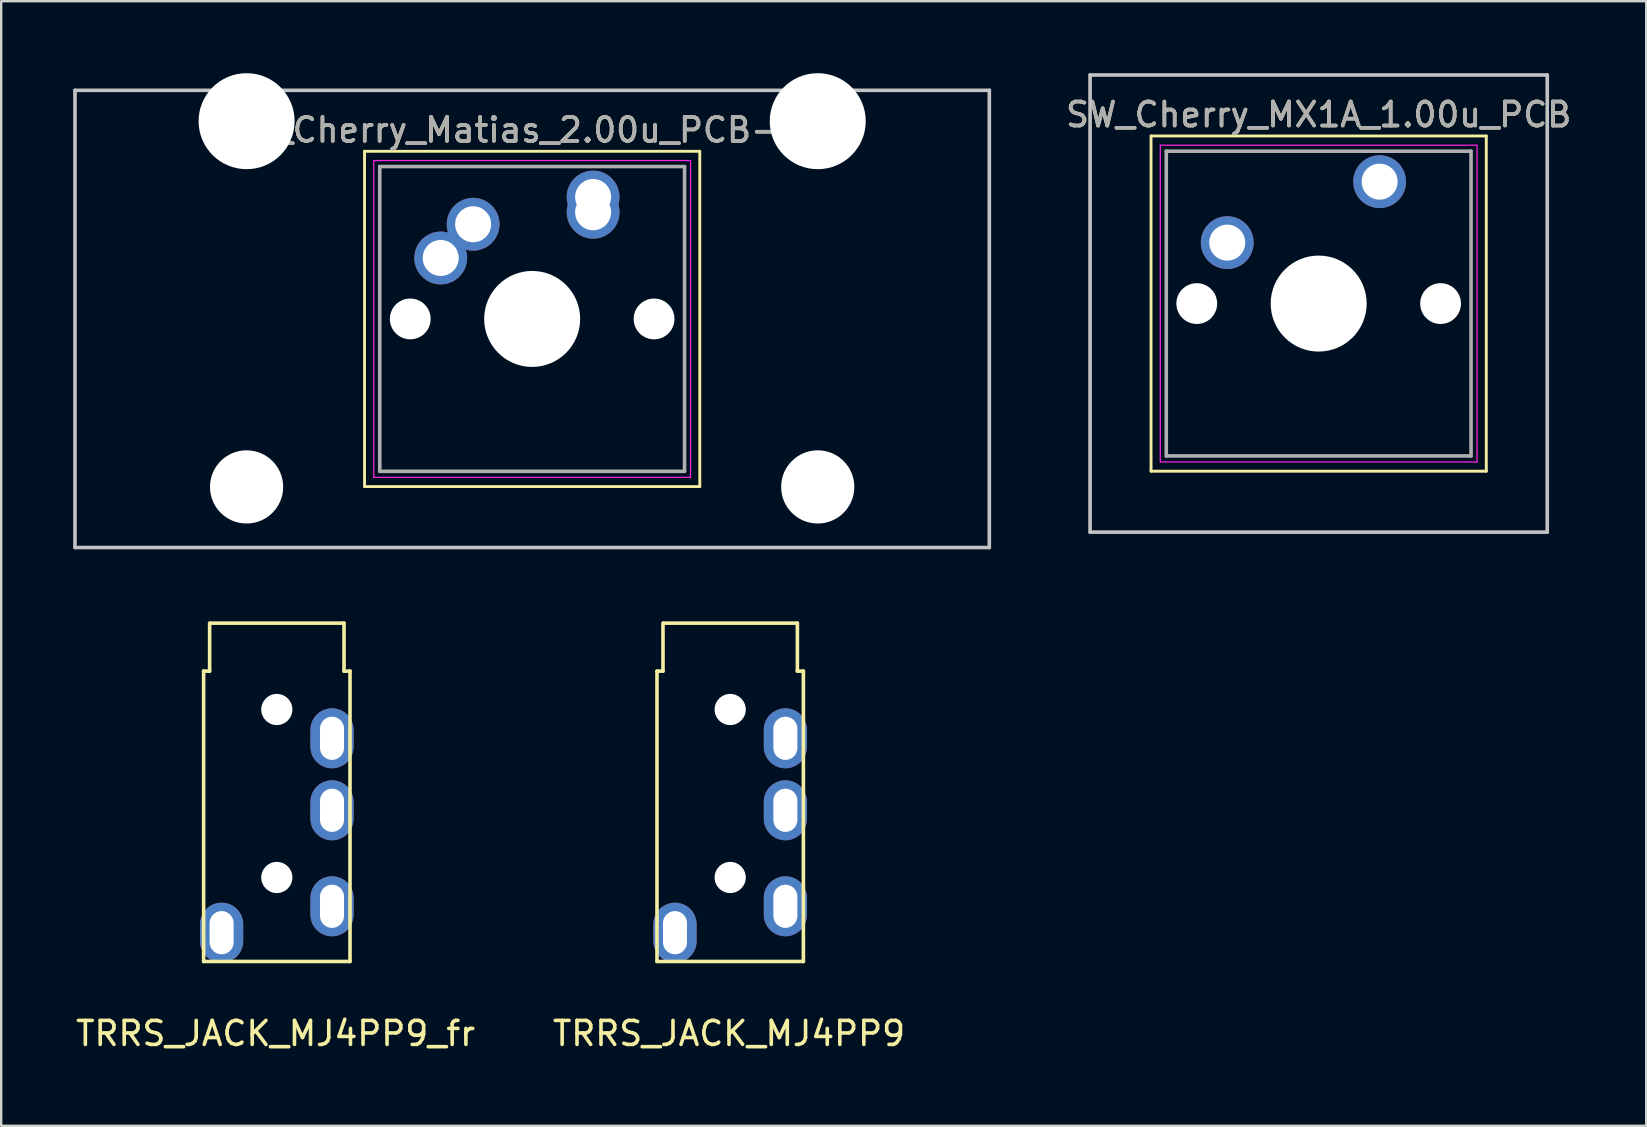
<source format=kicad_pcb>
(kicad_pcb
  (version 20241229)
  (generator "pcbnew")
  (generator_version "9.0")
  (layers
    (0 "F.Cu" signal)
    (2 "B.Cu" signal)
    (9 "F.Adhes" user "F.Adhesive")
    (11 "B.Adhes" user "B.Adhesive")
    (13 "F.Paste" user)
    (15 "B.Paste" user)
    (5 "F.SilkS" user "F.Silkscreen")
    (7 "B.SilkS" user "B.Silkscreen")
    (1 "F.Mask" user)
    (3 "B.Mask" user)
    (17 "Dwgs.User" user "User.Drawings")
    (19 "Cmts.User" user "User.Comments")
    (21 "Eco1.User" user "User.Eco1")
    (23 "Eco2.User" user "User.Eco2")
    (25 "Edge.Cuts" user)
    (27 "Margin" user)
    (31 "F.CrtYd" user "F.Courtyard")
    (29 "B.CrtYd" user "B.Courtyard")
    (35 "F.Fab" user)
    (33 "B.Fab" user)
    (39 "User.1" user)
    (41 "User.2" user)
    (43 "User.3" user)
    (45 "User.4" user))
  (footprint "TRRS_JACK_MJ4PP9"
    (layer "F.Cu")
    (at 27.427 36.915)
    (property "Reference" "TRRS_JACK_MJ4PP9" (at -0.1 3.1 0) (layer "F.SilkS") (effects (font (size 1 1) (thickness 0.15))))
    (attr through_hole)
    (fp_line (start -3.1 -12) (end -2.85 -12) (stroke (width 0.15) (type solid)) (layer "F.SilkS"))
    (fp_line (start -3.1 0.1) (end -3.1 -12) (stroke (width 0.15) (type solid)) (layer "F.SilkS"))
    (fp_line (start -2.85 -12) (end -2.85 -14) (stroke (width 0.15) (type solid)) (layer "F.SilkS"))
    (fp_line (start -2.8 -14) (end 2.75 -14) (stroke (width 0.15) (type solid)) (layer "F.SilkS"))
    (fp_line (start 2.75 -12) (end 2.75 -14) (stroke (width 0.15) (type solid)) (layer "F.SilkS"))
    (fp_line (start 3 -12) (end 2.75 -12) (stroke (width 0.15) (type solid)) (layer "F.SilkS"))
    (fp_line (start 3 0.1) (end -3.1 0.1) (stroke (width 0.15) (type solid)) (layer "F.SilkS"))
    (fp_line (start 3 0.1) (end 3 -12) (stroke (width 0.15) (type solid)) (layer "F.SilkS"))
    (pad "" np_thru_hole circle (at -0.05 -10.4) (size 1.3 1.3) (drill 1.3) (layers "*.Cu" "*.Mask"))
    (pad "" np_thru_hole circle (at -0.05 -3.4) (size 1.3 1.3) (drill 1.3) (layers "*.Cu" "*.Mask"))
    (pad "1" thru_hole oval (at 2.25 -2.2) (size 1.8 2.5) (drill oval 1 1.8) (layers "*.Cu" "*.Mask"))
    (pad "2" thru_hole oval (at 2.25 -6.2) (size 1.8 2.5) (drill oval 1 1.8) (layers "*.Cu" "*.Mask"))
    (pad "3" thru_hole oval (at 2.25 -9.2) (size 1.8 2.5) (drill oval 1 1.8) (layers "*.Cu" "*.Mask"))
    (pad "4" thru_hole oval (at -2.35 -1.1) (size 1.8 2.5) (drill oval 1 1.8) (layers "*.Cu" "*.Mask")))
  (footprint "SW_Cherry_Matias_2.00u_PCB-flip"
    (layer "F.Cu")
    (at 19.125 10.24)
    (property "Reference" "SW_Cherry_Matias_2.00u_PCB-flip" (at 0 -7.874 0) (layer "F.SilkS") (effects (font (size 1 1) (thickness 0.15))))
    (attr through_hole)
    (fp_line (start -6.985 -6.985) (end 6.985 -6.985) (stroke (width 0.12) (type solid)) (layer "F.SilkS"))
    (fp_line (start -6.985 6.985) (end -6.985 -6.985) (stroke (width 0.12) (type solid)) (layer "F.SilkS"))
    (fp_line (start 6.985 -6.985) (end 6.985 6.985) (stroke (width 0.12) (type solid)) (layer "F.SilkS"))
    (fp_line (start 6.985 6.985) (end -6.985 6.985) (stroke (width 0.12) (type solid)) (layer "F.SilkS"))
    (fp_line (start -19.05 -9.525) (end 19.05 -9.525) (stroke (width 0.15) (type solid)) (layer "Dwgs.User"))
    (fp_line (start -19.05 9.525) (end -19.05 -9.525) (stroke (width 0.15) (type solid)) (layer "Dwgs.User"))
    (fp_line (start 19.05 -9.525) (end 19.05 9.525) (stroke (width 0.15) (type solid)) (layer "Dwgs.User"))
    (fp_line (start 19.05 9.525) (end -19.05 9.525) (stroke (width 0.15) (type solid)) (layer "Dwgs.User"))
    (fp_line (start -6.6 -6.6) (end 6.6 -6.6) (stroke (width 0.05) (type solid)) (layer "F.CrtYd"))
    (fp_line (start -6.6 6.6) (end -6.6 -6.6) (stroke (width 0.05) (type solid)) (layer "F.CrtYd"))
    (fp_line (start 6.6 -6.6) (end 6.6 6.6) (stroke (width 0.05) (type solid)) (layer "F.CrtYd"))
    (fp_line (start 6.6 6.6) (end -6.6 6.6) (stroke (width 0.05) (type solid)) (layer "F.CrtYd"))
    (fp_line (start -6.35 -6.35) (end 6.35 -6.35) (stroke (width 0.15) (type solid)) (layer "F.Fab"))
    (fp_line (start -6.35 6.35) (end -6.35 -6.35) (stroke (width 0.15) (type solid)) (layer "F.Fab"))
    (fp_line (start 6.35 -6.35) (end 6.35 6.35) (stroke (width 0.15) (type solid)) (layer "F.Fab"))
    (fp_line (start 6.35 6.35) (end -6.35 6.35) (stroke (width 0.15) (type solid)) (layer "F.Fab"))
    (fp_text user "${REFERENCE}" (at 0 -7.874 0) (layer "F.Fab") (effects (font (size 1 1) (thickness 0.15))))
    (pad "" np_thru_hole circle (at -11.9 -8.24) (size 4 4) (drill 4) (layers "*.Cu" "*.Mask"))
    (pad "" np_thru_hole circle (at -11.9 7) (size 3.05 3.05) (drill 3.05) (layers "*.Cu" "*.Mask"))
    (pad "" np_thru_hole circle (at -5.08 0) (size 1.7 1.7) (drill 1.7) (layers "*.Cu" "*.Mask"))
    (pad "" np_thru_hole circle (at 0 0) (size 4 4) (drill 4) (layers "*.Cu" "*.Mask"))
    (pad "" np_thru_hole circle (at 5.08 0) (size 1.7 1.7) (drill 1.7) (layers "*.Cu" "*.Mask"))
    (pad "" np_thru_hole circle (at 11.9 -8.24) (size 4 4) (drill 4) (layers "*.Cu" "*.Mask"))
    (pad "" np_thru_hole circle (at 11.9 7) (size 3.05 3.05) (drill 3.05) (layers "*.Cu" "*.Mask"))
    (pad "1" thru_hole circle (at 2.54 -5.08) (size 2.2 2.2) (drill 1.5) (layers "*.Cu" "*.Mask"))
    (pad "1" thru_hole circle (at 2.54 -4.445) (size 2.2 2.2) (drill 1.5) (layers "*.Cu" "*.Mask"))
    (pad "2" thru_hole circle (at -3.81 -2.54) (size 2.2 2.2) (drill 1.5) (layers "*.Cu" "*.Mask"))
    (pad "2" thru_hole circle (at -2.46 -3.945) (size 2.2 2.2) (drill 1.5) (layers "*.Cu" "*.Mask")))
  (footprint "SW_Cherry_MX1A_1.00u_PCB"
    (layer "F.Cu")
    (at 51.899 9.6)
    (property "Reference" "SW_Cherry_MX1A_1.00u_PCB" (at 0 -7.874 0) (layer "F.SilkS") (effects (font (size 1 1) (thickness 0.15))))
    (attr through_hole)
    (fp_line (start -6.985 -6.985) (end 6.985 -6.985) (stroke (width 0.12) (type solid)) (layer "F.SilkS"))
    (fp_line (start -6.985 6.985) (end -6.985 -6.985) (stroke (width 0.12) (type solid)) (layer "F.SilkS"))
    (fp_line (start 6.985 -6.985) (end 6.985 6.985) (stroke (width 0.12) (type solid)) (layer "F.SilkS"))
    (fp_line (start 6.985 6.985) (end -6.985 6.985) (stroke (width 0.12) (type solid)) (layer "F.SilkS"))
    (fp_line (start -9.525 -9.525) (end 9.525 -9.525) (stroke (width 0.15) (type solid)) (layer "Dwgs.User"))
    (fp_line (start -9.525 9.525) (end -9.525 -9.525) (stroke (width 0.15) (type solid)) (layer "Dwgs.User"))
    (fp_line (start 9.525 -9.525) (end 9.525 9.525) (stroke (width 0.15) (type solid)) (layer "Dwgs.User"))
    (fp_line (start 9.525 9.525) (end -9.525 9.525) (stroke (width 0.15) (type solid)) (layer "Dwgs.User"))
    (fp_line (start -6.6 -6.6) (end 6.6 -6.6) (stroke (width 0.05) (type solid)) (layer "F.CrtYd"))
    (fp_line (start -6.6 6.6) (end -6.6 -6.6) (stroke (width 0.05) (type solid)) (layer "F.CrtYd"))
    (fp_line (start 6.6 -6.6) (end 6.6 6.6) (stroke (width 0.05) (type solid)) (layer "F.CrtYd"))
    (fp_line (start 6.6 6.6) (end -6.6 6.6) (stroke (width 0.05) (type solid)) (layer "F.CrtYd"))
    (fp_line (start -6.35 -6.35) (end 6.35 -6.35) (stroke (width 0.15) (type solid)) (layer "F.Fab"))
    (fp_line (start -6.35 6.35) (end -6.35 -6.35) (stroke (width 0.15) (type solid)) (layer "F.Fab"))
    (fp_line (start 6.35 -6.35) (end 6.35 6.35) (stroke (width 0.15) (type solid)) (layer "F.Fab"))
    (fp_line (start 6.35 6.35) (end -6.35 6.35) (stroke (width 0.15) (type solid)) (layer "F.Fab"))
    (fp_text user "${REFERENCE}" (at 0 -7.874 0) (layer "F.Fab") (effects (font (size 1 1) (thickness 0.15))))
    (pad "" np_thru_hole circle (at -5.08 0) (size 1.7 1.7) (drill 1.7) (layers "*.Cu" "*.Mask"))
    (pad "" np_thru_hole circle (at 0 0) (size 4 4) (drill 4) (layers "*.Cu" "*.Mask"))
    (pad "" np_thru_hole circle (at 5.08 0) (size 1.7 1.7) (drill 1.7) (layers "*.Cu" "*.Mask"))
    (pad "1" thru_hole circle (at 2.54 -5.08) (size 2.2 2.2) (drill 1.5) (layers "*.Cu" "*.Mask"))
    (pad "2" thru_hole circle (at -3.81 -2.54) (size 2.2 2.2) (drill 1.5) (layers "*.Cu" "*.Mask")))
  (footprint "TRRS_JACK_MJ4PP9_fr"
    (layer "F.Cu")
    (at 8.535 36.915)
    (property "Reference" "TRRS_JACK_MJ4PP9_fr" (at -0.1 3.1 0) (layer "F.SilkS") (effects (font (size 1 1) (thickness 0.15))))
    (attr through_hole)
    (fp_line (start -3.1 -12) (end -2.85 -12) (stroke (width 0.15) (type solid)) (layer "F.SilkS"))
    (fp_line (start -3.1 0.1) (end -3.1 -12) (stroke (width 0.15) (type solid)) (layer "F.SilkS"))
    (fp_line (start -2.85 -12) (end -2.85 -14) (stroke (width 0.15) (type solid)) (layer "F.SilkS"))
    (fp_line (start -2.8 -14) (end 2.75 -14) (stroke (width 0.15) (type solid)) (layer "F.SilkS"))
    (fp_line (start 2.75 -12) (end 2.75 -14) (stroke (width 0.15) (type solid)) (layer "F.SilkS"))
    (fp_line (start 3 -12) (end 2.75 -12) (stroke (width 0.15) (type solid)) (layer "F.SilkS"))
    (fp_line (start 3 0.1) (end -3.1 0.1) (stroke (width 0.15) (type solid)) (layer "F.SilkS"))
    (fp_line (start 3 0.1) (end 3 -12) (stroke (width 0.15) (type solid)) (layer "F.SilkS"))
    (pad "" np_thru_hole circle (at -0.05 -10.4) (size 1.3 1.3) (drill 1.3) (layers "*.Cu" "*.Mask"))
    (pad "" np_thru_hole circle (at -0.05 -3.4) (size 1.3 1.3) (drill 1.3) (layers "*.Cu" "*.Mask"))
    (pad "1" thru_hole oval (at 2.25 -2.2) (size 1.8 2.5) (drill oval 1 1.8) (layers "*.Cu" "*.Mask"))
    (pad "2" thru_hole oval (at 2.25 -6.2) (size 1.8 2.5) (drill oval 1 1.8) (layers "*.Cu" "*.Mask"))
    (pad "3" thru_hole oval (at 2.25 -9.2) (size 1.8 2.5) (drill oval 1 1.8) (layers "*.Cu" "*.Mask"))
    (pad "4" thru_hole oval (at -2.35 -1.1) (size 1.8 2.5) (drill oval 1 1.8) (layers "*.Cu" "*.Mask")))
  (gr_rect
    (start -3 -3)
    (end 65.548 43.863)
    (stroke (width 0.1) (type default))
    (fill no)
    (layer "Edge.Cuts")))
</source>
